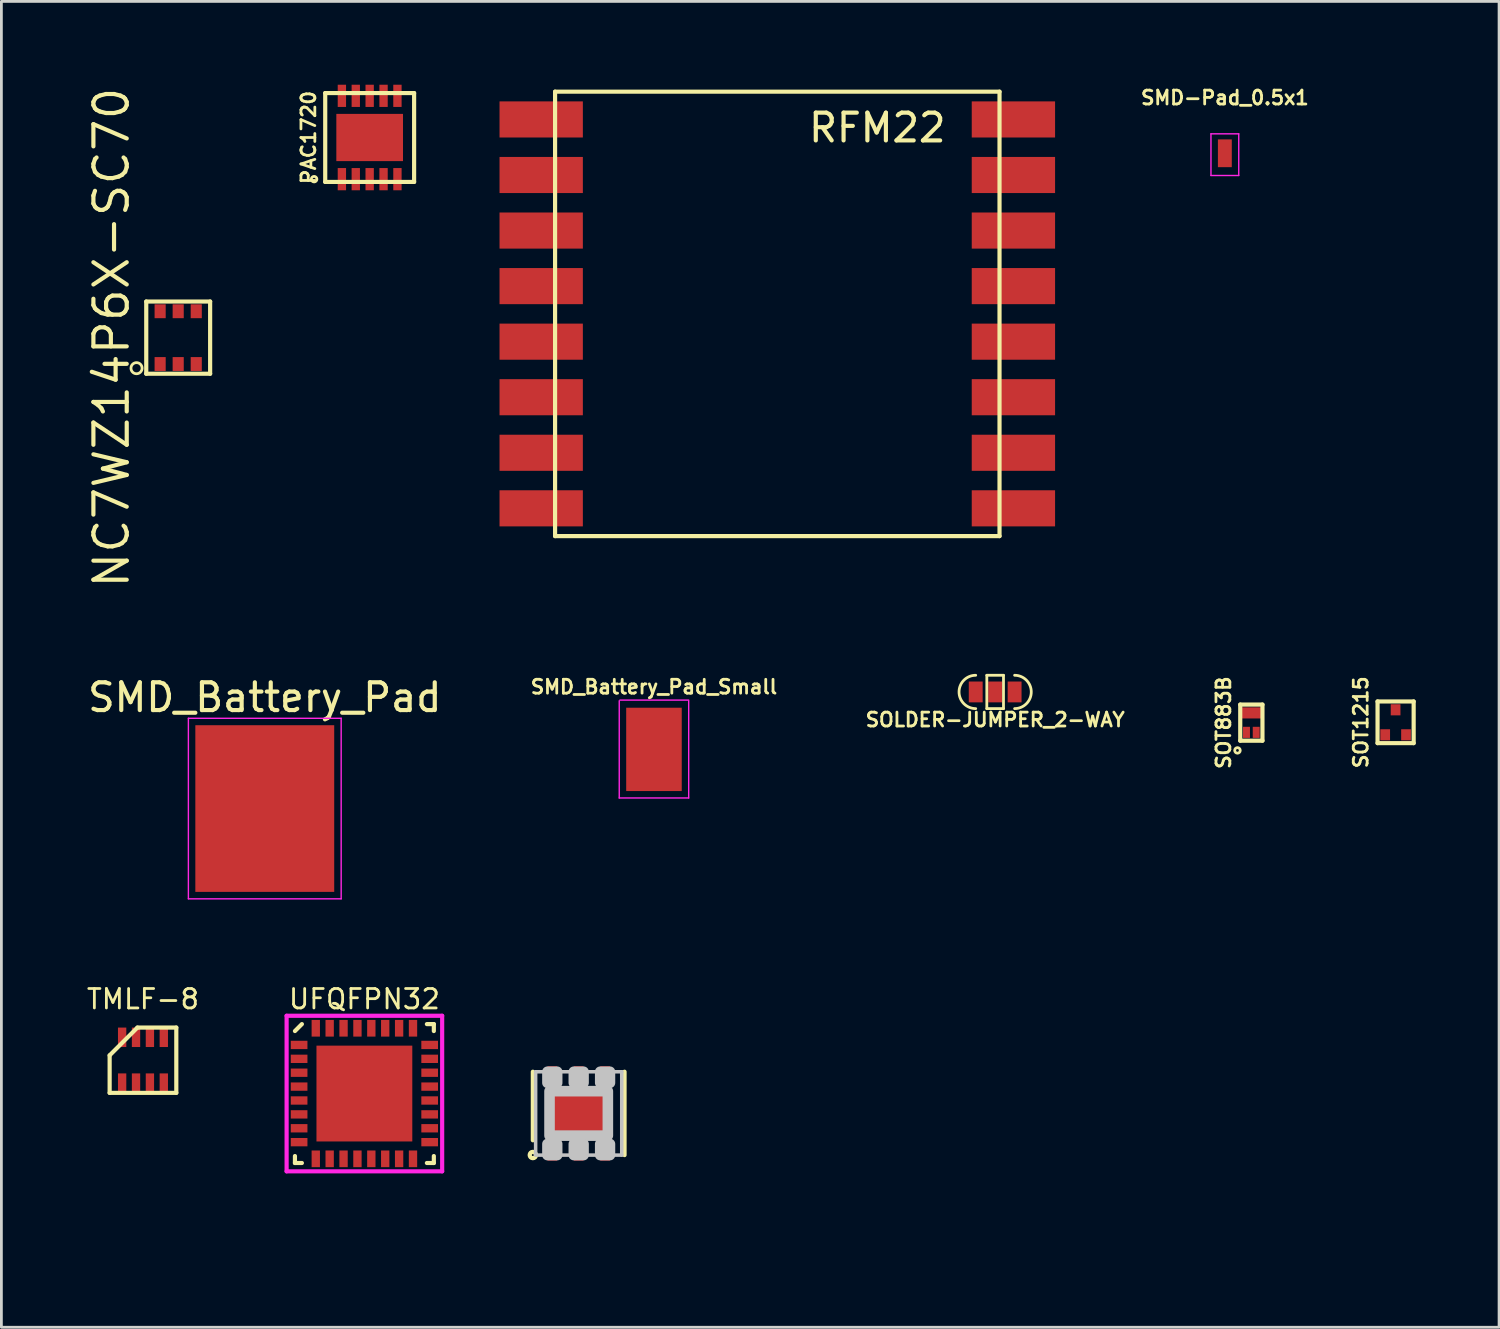
<source format=kicad_pcb>
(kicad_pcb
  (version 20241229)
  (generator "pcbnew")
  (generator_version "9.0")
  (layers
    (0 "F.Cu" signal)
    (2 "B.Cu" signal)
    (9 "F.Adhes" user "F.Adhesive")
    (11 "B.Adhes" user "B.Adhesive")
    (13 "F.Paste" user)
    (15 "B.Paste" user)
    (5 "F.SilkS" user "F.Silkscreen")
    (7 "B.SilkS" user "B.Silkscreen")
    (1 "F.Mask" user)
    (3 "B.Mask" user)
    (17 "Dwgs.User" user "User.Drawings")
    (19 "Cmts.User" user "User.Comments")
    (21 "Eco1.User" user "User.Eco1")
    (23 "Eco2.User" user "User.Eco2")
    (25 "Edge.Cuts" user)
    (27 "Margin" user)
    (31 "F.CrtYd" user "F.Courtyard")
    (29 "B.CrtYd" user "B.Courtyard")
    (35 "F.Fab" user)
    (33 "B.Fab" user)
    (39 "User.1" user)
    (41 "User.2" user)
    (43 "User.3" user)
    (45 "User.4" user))
  (footprint "SOT883B"
    (layer "F.Cu")
    (at 41.999 22.965)
    (property "Reference" "SOT883B" (at -1 0 90) (layer "F.SilkS") (effects (font (size 0.5 0.5) (thickness 0.1))))
    (attr through_hole)
    (fp_line (start -0.4 0.65) (end -0.4 -0.65) (stroke (width 0.15) (type solid)) (layer "F.SilkS"))
    (fp_line (start -0.4 0.65) (end 0.4 0.65) (stroke (width 0.15) (type solid)) (layer "F.SilkS"))
    (fp_line (start 0.4 -0.65) (end -0.4 -0.65) (stroke (width 0.15) (type solid)) (layer "F.SilkS"))
    (fp_line (start 0.4 0.65) (end 0.4 -0.65) (stroke (width 0.15) (type solid)) (layer "F.SilkS"))
    (fp_circle (center -0.5 1) (end -0.4 1) (stroke (width 0.1) (type solid)) (fill no) (layer "F.SilkS"))
    (pad "1" smd rect (at -0.175 0.35) (size 0.25 0.4) (layers "F.Cu" "F.Mask" "F.Paste"))
    (pad "2" smd rect (at 0.175 0.35) (size 0.25 0.4) (layers "F.Cu" "F.Mask" "F.Paste"))
    (pad "3" smd rect (at 0 -0.35) (size 0.7 0.4) (layers "F.Cu" "F.Mask" "F.Paste")))
  (footprint "NC7WZ14P6X-SC70"
    (layer "F.Cu")
    (at 3.365 9.105)
    (property "Reference" "NC7WZ14P6X-SC70" (at -2.4 0 90) (layer "F.SilkS") (effects (font (size 1.2 1.2) (thickness 0.15))))
    (attr through_hole)
    (fp_line (start -1.15 -1.3) (end -1.15 1.3) (stroke (width 0.15) (type solid)) (layer "F.SilkS"))
    (fp_line (start -1.15 1.3) (end 1.15 1.3) (stroke (width 0.15) (type solid)) (layer "F.SilkS"))
    (fp_line (start 1.15 -1.3) (end -1.15 -1.3) (stroke (width 0.15) (type solid)) (layer "F.SilkS"))
    (fp_line (start 1.15 1.3) (end 1.15 -1.3) (stroke (width 0.15) (type solid)) (layer "F.SilkS"))
    (fp_circle (center -1.5 1.1) (end -1.3 1.1) (stroke (width 0.1) (type solid)) (fill no) (layer "F.SilkS"))
    (pad "1" smd rect (at -0.65 0.95) (size 0.4 0.5) (layers "F.Cu" "F.Mask" "F.Paste"))
    (pad "2" smd rect (at 0 0.95) (size 0.4 0.5) (layers "F.Cu" "F.Mask" "F.Paste"))
    (pad "3" smd rect (at 0.65 0.95) (size 0.4 0.5) (layers "F.Cu" "F.Mask" "F.Paste"))
    (pad "4" smd rect (at 0.65 -0.95) (size 0.4 0.5) (layers "F.Cu" "F.Mask" "F.Paste"))
    (pad "5" smd rect (at 0 -0.95) (size 0.4 0.5) (layers "F.Cu" "F.Mask" "F.Paste"))
    (pad "6" smd rect (at -0.65 -0.95) (size 0.4 0.5) (layers "F.Cu" "F.Mask" "F.Paste")))
  (footprint "WSON-6-PAD"
    (layer "F.Cu")
    (at 17.783 37.033)
    (property "Reference" "WSON-6-PAD" (at 2.5 0 90) (layer "Eco2.User") (effects (font (size 1 0.9) (thickness 0.05))))
    (attr smd)
    (fp_line (start -1.65 -1.5) (end -1.65 0.967) (stroke (width 0.152) (type solid)) (layer "F.SilkS"))
    (fp_line (start 1.65 -1.5) (end 1.65 1.5) (stroke (width 0.152) (type solid)) (layer "F.SilkS"))
    (fp_circle (center -1.651 1.499) (end -1.615 1.499) (stroke (width 0.127) (type solid)) (fill no) (layer "F.SilkS"))
    (fp_circle (center -1.65 1.498) (end -1.523 1.498) (stroke (width 0.127) (type solid)) (fill no) (layer "F.SilkS"))
    (fp_poly (pts (xy -0.95 -0.7) (xy 0.95 -0.7) (xy 0.95 0.7) (xy -0.95 0.7)) (stroke (width 0.381) (type solid)) (fill yes) (layer "F.Paste"))
    (fp_line (start -1.55 -1.5) (end 1.55 -1.5) (stroke (width 0.127) (type solid)) (layer "Dwgs.User"))
    (fp_line (start -1.55 1.5) (end -1.55 -1.5) (stroke (width 0.127) (type solid)) (layer "Dwgs.User"))
    (fp_line (start 1.55 -1.5) (end 1.55 1.5) (stroke (width 0.127) (type solid)) (layer "Dwgs.User"))
    (fp_line (start 1.55 1.5) (end -1.55 1.5) (stroke (width 0.127) (type solid)) (layer "Dwgs.User"))
    (fp_poly (pts (xy -1.125 -1.5) (xy -0.775 -1.5) (xy -0.775 -1.1) (xy -1.125 -1.1)) (stroke (width 0.381) (type solid)) (fill no) (layer "Dwgs.User"))
    (fp_poly (pts (xy -1.125 1.1) (xy -0.775 1.1) (xy -0.775 1.5) (xy -1.125 1.5)) (stroke (width 0.381) (type solid)) (fill no) (layer "Dwgs.User"))
    (fp_poly (pts (xy -1.05 -0.8) (xy 1.05 -0.8) (xy 1.05 0.8) (xy -1.05 0.8)) (stroke (width 0.381) (type solid)) (fill no) (layer "Dwgs.User"))
    (fp_poly (pts (xy -0.175 -1.5) (xy 0.175 -1.5) (xy 0.175 -1.1) (xy -0.175 -1.1)) (stroke (width 0.381) (type solid)) (fill no) (layer "Dwgs.User"))
    (fp_poly (pts (xy -0.175 1.1) (xy 0.175 1.1) (xy 0.175 1.5) (xy -0.175 1.5)) (stroke (width 0.381) (type solid)) (fill no) (layer "Dwgs.User"))
    (fp_poly (pts (xy 0.775 -1.5) (xy 1.125 -1.5) (xy 1.125 -1.1) (xy 0.775 -1.1)) (stroke (width 0.381) (type solid)) (fill no) (layer "Dwgs.User"))
    (fp_poly (pts (xy 0.775 1.1) (xy 1.125 1.1) (xy 1.125 1.5) (xy 0.775 1.5)) (stroke (width 0.381) (type solid)) (fill no) (layer "Dwgs.User"))
    (pad "1" smd rect (at -0.95 1.4) (size 0.35 0.6) (layers "F.Cu" "F.Mask" "F.Paste"))
    (pad "2" smd rect (at 0 1.4) (size 0.35 0.6) (layers "F.Cu" "F.Mask" "F.Paste"))
    (pad "3" smd rect (at 0.95 1.4) (size 0.35 0.6) (layers "F.Cu" "F.Mask" "F.Paste"))
    (pad "4" smd rect (at 0.95 -1.4) (size 0.35 0.6) (layers "F.Cu" "F.Mask" "F.Paste"))
    (pad "5" smd rect (at 0 -1.4) (size 0.35 0.6) (layers "F.Cu" "F.Mask" "F.Paste"))
    (pad "6" smd rect (at -0.95 -1.4) (size 0.35 0.6) (layers "F.Cu" "F.Mask" "F.Paste"))
    (pad "PAD" smd rect (at 0 0) (size 2.1 1.6) (layers "F.Cu" "F.Mask" "F.Paste")))
  (footprint "UFQFPN32"
    (layer "F.Cu")
    (at 10.068 36.318)
    (property "Reference" "UFQFPN32" (at 0 -3.4 0) (layer "F.SilkS") (effects (font (size 0.7 0.7) (thickness 0.1))))
    (attr through_hole)
    (fp_line (start -2.5 -2.25) (end -2.25 -2.5) (stroke (width 0.15) (type solid)) (layer "F.SilkS"))
    (fp_line (start -2.5 2.5) (end -2.5 2.25) (stroke (width 0.15) (type solid)) (layer "F.SilkS"))
    (fp_line (start -2.25 2.5) (end -2.5 2.5) (stroke (width 0.15) (type solid)) (layer "F.SilkS"))
    (fp_line (start 2.25 -2.5) (end 2.5 -2.5) (stroke (width 0.15) (type solid)) (layer "F.SilkS"))
    (fp_line (start 2.25 2.5) (end 2.5 2.5) (stroke (width 0.15) (type solid)) (layer "F.SilkS"))
    (fp_line (start 2.5 -2.5) (end 2.5 -2.25) (stroke (width 0.15) (type solid)) (layer "F.SilkS"))
    (fp_line (start 2.5 2.5) (end 2.5 2.25) (stroke (width 0.15) (type solid)) (layer "F.SilkS"))
    (fp_line (start -2.8 -2.8) (end 2.8 -2.8) (stroke (width 0.15) (type solid)) (layer "F.CrtYd"))
    (fp_line (start -2.8 2.8) (end -2.8 -2.8) (stroke (width 0.15) (type solid)) (layer "F.CrtYd"))
    (fp_line (start 2.8 -2.8) (end 2.8 2.8) (stroke (width 0.15) (type solid)) (layer "F.CrtYd"))
    (fp_line (start 2.8 2.8) (end -2.8 2.8) (stroke (width 0.15) (type solid)) (layer "F.CrtYd"))
    (pad "1" smd rect (at -2.35 -1.75 90) (size 0.3 0.6) (layers "F.Cu" "F.Mask" "F.Paste"))
    (pad "2" smd rect (at -2.35 -1.25 90) (size 0.3 0.6) (layers "F.Cu" "F.Mask" "F.Paste"))
    (pad "3" smd rect (at -2.35 -0.75 90) (size 0.3 0.6) (layers "F.Cu" "F.Mask" "F.Paste"))
    (pad "4" smd rect (at -2.35 -0.25 90) (size 0.3 0.6) (layers "F.Cu" "F.Mask" "F.Paste"))
    (pad "5" smd rect (at -2.35 0.25 90) (size 0.3 0.6) (layers "F.Cu" "F.Mask" "F.Paste"))
    (pad "6" smd rect (at -2.35 0.75 90) (size 0.3 0.6) (layers "F.Cu" "F.Mask" "F.Paste"))
    (pad "7" smd rect (at -2.35 1.25 90) (size 0.3 0.6) (layers "F.Cu" "F.Mask" "F.Paste"))
    (pad "8" smd rect (at -2.35 1.75 90) (size 0.3 0.6) (layers "F.Cu" "F.Mask" "F.Paste"))
    (pad "9" smd rect (at -1.75 2.35) (size 0.3 0.6) (layers "F.Cu" "F.Mask" "F.Paste"))
    (pad "10" smd rect (at -1.25 2.35) (size 0.3 0.6) (layers "F.Cu" "F.Mask" "F.Paste"))
    (pad "11" smd rect (at -0.75 2.35) (size 0.3 0.6) (layers "F.Cu" "F.Mask" "F.Paste"))
    (pad "12" smd rect (at -0.25 2.35) (size 0.3 0.6) (layers "F.Cu" "F.Mask" "F.Paste"))
    (pad "13" smd rect (at 0.25 2.35) (size 0.3 0.6) (layers "F.Cu" "F.Mask" "F.Paste"))
    (pad "14" smd rect (at 0.75 2.35) (size 0.3 0.6) (layers "F.Cu" "F.Mask" "F.Paste"))
    (pad "15" smd rect (at 1.25 2.35) (size 0.3 0.6) (layers "F.Cu" "F.Mask" "F.Paste"))
    (pad "16" smd rect (at 1.75 2.35) (size 0.3 0.6) (layers "F.Cu" "F.Mask" "F.Paste"))
    (pad "17" smd rect (at 2.35 1.75 90) (size 0.3 0.6) (layers "F.Cu" "F.Mask" "F.Paste"))
    (pad "18" smd rect (at 2.35 1.25 90) (size 0.3 0.6) (layers "F.Cu" "F.Mask" "F.Paste"))
    (pad "19" smd rect (at 2.35 0.75 90) (size 0.3 0.6) (layers "F.Cu" "F.Mask" "F.Paste"))
    (pad "20" smd rect (at 2.35 0.25 90) (size 0.3 0.6) (layers "F.Cu" "F.Mask" "F.Paste"))
    (pad "21" smd rect (at 2.35 -0.25 90) (size 0.3 0.6) (layers "F.Cu" "F.Mask" "F.Paste"))
    (pad "22" smd rect (at 2.35 -0.75 90) (size 0.3 0.6) (layers "F.Cu" "F.Mask" "F.Paste"))
    (pad "23" smd rect (at 2.35 -1.25 90) (size 0.3 0.6) (layers "F.Cu" "F.Mask" "F.Paste"))
    (pad "24" smd rect (at 2.35 -1.75 90) (size 0.3 0.6) (layers "F.Cu" "F.Mask" "F.Paste"))
    (pad "25" smd rect (at 1.75 -2.35) (size 0.3 0.6) (layers "F.Cu" "F.Mask" "F.Paste"))
    (pad "26" smd rect (at 1.25 -2.35) (size 0.3 0.6) (layers "F.Cu" "F.Mask" "F.Paste"))
    (pad "27" smd rect (at 0.75 -2.35) (size 0.3 0.6) (layers "F.Cu" "F.Mask" "F.Paste"))
    (pad "28" smd rect (at 0.25 -2.35) (size 0.3 0.6) (layers "F.Cu" "F.Mask" "F.Paste"))
    (pad "29" smd rect (at -0.25 -2.35) (size 0.3 0.6) (layers "F.Cu" "F.Mask" "F.Paste"))
    (pad "30" smd rect (at -0.75 -2.35) (size 0.3 0.6) (layers "F.Cu" "F.Mask" "F.Paste"))
    (pad "31" smd rect (at -1.25 -2.35) (size 0.3 0.6) (layers "F.Cu" "F.Mask" "F.Paste"))
    (pad "32" smd rect (at -1.75 -2.35) (size 0.3 0.6) (layers "F.Cu" "F.Mask" "F.Paste"))
    (pad "33" smd rect (at 0 0) (size 3.45 3.45) (layers "F.Cu" "F.Mask" "F.Paste")))
  (footprint "RFM22"
    (layer "F.Cu")
    (at 16.933 0.25)
    (property "Reference" "RFM22" (at 11.6 1.3 0) (layer "F.SilkS") (effects (font (size 1 1) (thickness 0.15))))
    (attr through_hole)
    (fp_line (start 0 0) (end 0 16) (stroke (width 0.15) (type solid)) (layer "F.SilkS"))
    (fp_line (start 0 16) (end 16 16) (stroke (width 0.15) (type solid)) (layer "F.SilkS"))
    (fp_line (start 16 0) (end 0 0) (stroke (width 0.15) (type solid)) (layer "F.SilkS"))
    (fp_line (start 16 16) (end 16 0) (stroke (width 0.15) (type solid)) (layer "F.SilkS"))
    (pad "1" smd rect (at -0.5 1) (size 3 1.3) (layers "F.Cu" "F.Mask" "F.Paste"))
    (pad "2" smd rect (at -0.5 3) (size 3 1.3) (layers "F.Cu" "F.Mask" "F.Paste"))
    (pad "3" smd rect (at -0.5 5) (size 3 1.3) (layers "F.Cu" "F.Mask" "F.Paste"))
    (pad "4" smd rect (at -0.5 7) (size 3 1.3) (layers "F.Cu" "F.Mask" "F.Paste"))
    (pad "5" smd rect (at -0.5 9) (size 3 1.3) (layers "F.Cu" "F.Mask" "F.Paste"))
    (pad "6" smd rect (at -0.5 11) (size 3 1.3) (layers "F.Cu" "F.Mask" "F.Paste"))
    (pad "7" smd rect (at -0.5 13) (size 3 1.3) (layers "F.Cu" "F.Mask" "F.Paste"))
    (pad "8" smd rect (at -0.5 15) (size 3 1.3) (layers "F.Cu" "F.Mask" "F.Paste"))
    (pad "9" smd rect (at 16.5 1) (size 3 1.3) (layers "F.Cu" "F.Mask" "F.Paste"))
    (pad "10" smd rect (at 16.5 3) (size 3 1.3) (layers "F.Cu" "F.Mask" "F.Paste"))
    (pad "11" smd rect (at 16.5 5) (size 3 1.3) (layers "F.Cu" "F.Mask" "F.Paste"))
    (pad "12" smd rect (at 16.5 7) (size 3 1.3) (layers "F.Cu" "F.Mask" "F.Paste"))
    (pad "13" smd rect (at 16.5 9) (size 3 1.3) (layers "F.Cu" "F.Mask" "F.Paste"))
    (pad "14" smd rect (at 16.5 11) (size 3 1.3) (layers "F.Cu" "F.Mask" "F.Paste"))
    (pad "15" smd rect (at 16.5 13) (size 3 1.3) (layers "F.Cu" "F.Mask" "F.Paste"))
    (pad "16" smd rect (at 16.5 15) (size 3 1.3) (layers "F.Cu" "F.Mask" "F.Paste")))
  (footprint "PAC1720"
    (layer "F.Cu")
    (at 10.258 1.9)
    (property "Reference" "PAC1720" (at -2.2 0 90) (layer "F.SilkS") (effects (font (size 0.5 0.5) (thickness 0.1))))
    (attr through_hole)
    (fp_line (start -1.6 -1.6) (end -1.6 1.6) (stroke (width 0.15) (type solid)) (layer "F.SilkS"))
    (fp_line (start -1.6 1.6) (end 1.6 1.6) (stroke (width 0.15) (type solid)) (layer "F.SilkS"))
    (fp_line (start 1.6 -1.6) (end -1.6 -1.6) (stroke (width 0.15) (type solid)) (layer "F.SilkS"))
    (fp_line (start 1.6 1.6) (end 1.6 -1.6) (stroke (width 0.15) (type solid)) (layer "F.SilkS"))
    (fp_circle (center -2 1.5) (end -2.1 1.5) (stroke (width 0.1) (type solid)) (fill no) (layer "F.SilkS"))
    (pad "1" smd rect (at -1 1.5) (size 0.3 0.8) (layers "F.Cu" "F.Mask" "F.Paste"))
    (pad "2" smd rect (at -0.5 1.5) (size 0.3 0.8) (layers "F.Cu" "F.Mask" "F.Paste"))
    (pad "3" smd rect (at 0 1.5) (size 0.3 0.8) (layers "F.Cu" "F.Mask" "F.Paste"))
    (pad "4" smd rect (at 0.5 1.5) (size 0.3 0.8) (layers "F.Cu" "F.Mask" "F.Paste"))
    (pad "5" smd rect (at 1 1.5) (size 0.3 0.8) (layers "F.Cu" "F.Mask" "F.Paste"))
    (pad "6" smd rect (at 1 -1.5) (size 0.3 0.8) (layers "F.Cu" "F.Mask" "F.Paste"))
    (pad "7" smd rect (at 0.5 -1.5) (size 0.3 0.8) (layers "F.Cu" "F.Mask" "F.Paste"))
    (pad "8" smd rect (at 0 -1.5) (size 0.3 0.8) (layers "F.Cu" "F.Mask" "F.Paste"))
    (pad "9" smd rect (at -0.5 -1.5) (size 0.3 0.8) (layers "F.Cu" "F.Mask" "F.Paste"))
    (pad "10" smd rect (at -1 -1.5) (size 0.3 0.8) (layers "F.Cu" "F.Mask" "F.Paste"))
    (pad "11" smd rect (at 0 0) (size 2.4 1.7) (layers "F.Cu" "F.Mask" "F.Paste")))
  (footprint "TMLF-8"
    (layer "F.Cu")
    (at 2.097 35.118)
    (property "Reference" "TMLF-8" (at 0 -2.2 0) (layer "F.SilkS") (effects (font (size 0.7 0.7) (thickness 0.1))))
    (attr through_hole)
    (fp_line (start -1.2 -0.175) (end -1.2 1.175) (stroke (width 0.15) (type solid)) (layer "F.SilkS"))
    (fp_line (start -1.2 1.175) (end 1.2 1.175) (stroke (width 0.15) (type solid)) (layer "F.SilkS"))
    (fp_line (start -0.2 -1.175) (end -1.2 -0.175) (stroke (width 0.15) (type solid)) (layer "F.SilkS"))
    (fp_line (start 1.2 -1.175) (end -0.2 -1.175) (stroke (width 0.15) (type solid)) (layer "F.SilkS"))
    (fp_line (start 1.2 1.175) (end 1.2 -1.175) (stroke (width 0.15) (type solid)) (layer "F.SilkS"))
    (pad "1" smd rect (at -0.75 0.825) (size 0.3 0.7) (layers "F.Cu" "F.Mask" "F.Paste"))
    (pad "2" smd rect (at -0.25 0.825) (size 0.3 0.7) (layers "F.Cu" "F.Mask" "F.Paste"))
    (pad "3" smd rect (at 0.25 0.825) (size 0.3 0.7) (layers "F.Cu" "F.Mask" "F.Paste"))
    (pad "4" smd rect (at 0.75 0.825) (size 0.3 0.7) (layers "F.Cu" "F.Mask" "F.Paste"))
    (pad "5" smd rect (at 0.75 -0.825) (size 0.3 0.7) (layers "F.Cu" "F.Mask" "F.Paste"))
    (pad "6" smd rect (at 0.25 -0.825) (size 0.3 0.7) (layers "F.Cu" "F.Mask" "F.Paste"))
    (pad "7" smd rect (at -0.25 -0.825) (size 0.3 0.7) (layers "F.Cu" "F.Mask" "F.Paste"))
    (pad "8" smd rect (at -0.75 -0.825) (size 0.3 0.7) (layers "F.Cu" "F.Mask" "F.Paste")))
  (footprint "SMD_Battery_Pad"
    (layer "F.Cu")
    (at 6.482 26.058)
    (property "Reference" "SMD_Battery_Pad" (at 0 -4 0) (layer "F.SilkS") (effects (font (size 1 1) (thickness 0.15))))
    (attr exclude_from_pos_files exclude_from_bom)
    (fp_line (start -2.75 -3.25) (end 2.75 -3.25) (stroke (width 0.05) (type solid)) (layer "F.CrtYd"))
    (fp_line (start -2.75 3.25) (end -2.75 -3.25) (stroke (width 0.05) (type solid)) (layer "F.CrtYd"))
    (fp_line (start 2.75 -3.25) (end 2.75 3.25) (stroke (width 0.05) (type solid)) (layer "F.CrtYd"))
    (fp_line (start 2.75 3.25) (end -2.75 3.25) (stroke (width 0.05) (type solid)) (layer "F.CrtYd"))
    (pad "1" smd rect (at 0 0) (size 5 6) (layers "F.Cu" "F.Mask")))
  (footprint "SOLDER-JUMPER_2-WAY"
    (layer "F.Cu")
    (at 32.776 21.86)
    (property "Reference" "SOLDER-JUMPER_2-WAY" (at 0 1 0) (layer "F.SilkS") (effects (font (size 0.5 0.5) (thickness 0.1))))
    (attr through_hole)
    (fp_line (start -0.3 -0.6) (end -0.3 0.6) (stroke (width 0.1) (type solid)) (layer "F.SilkS"))
    (fp_line (start -0.3 0.6) (end 0.3 0.6) (stroke (width 0.1) (type solid)) (layer "F.SilkS"))
    (fp_line (start 0.3 -0.6) (end -0.3 -0.6) (stroke (width 0.1) (type solid)) (layer "F.SilkS"))
    (fp_line (start 0.3 0.6) (end 0.3 -0.6) (stroke (width 0.1) (type solid)) (layer "F.SilkS"))
    (fp_arc (start -0.7 0.6) (mid -1.3 0) (end -0.7 -0.6) (stroke (width 0.1) (type solid)) (layer "F.SilkS"))
    (fp_arc (start 0.7 -0.6) (mid 1.3 0) (end 0.7 0.6) (stroke (width 0.1) (type solid)) (layer "F.SilkS"))
    (pad "1" smd rect (at -0.7 0) (size 0.5 0.75) (layers "F.Cu" "F.Mask" "F.Paste"))
    (pad "2" smd rect (at 0 0) (size 0.5 0.75) (layers "F.Cu" "F.Mask" "F.Paste"))
    (pad "3" smd rect (at 0.7 0) (size 0.5 0.75) (layers "F.Cu" "F.Mask" "F.Paste")))
  (footprint "SOT1215"
    (layer "F.Cu")
    (at 47.192 22.953)
    (property "Reference" "SOT1215" (at -1.25 0 90) (layer "F.SilkS") (effects (font (size 0.5 0.5) (thickness 0.1))))
    (attr through_hole)
    (fp_line (start -0.65 -0.75) (end -0.65 0.75) (stroke (width 0.15) (type solid)) (layer "F.SilkS"))
    (fp_line (start -0.65 0.75) (end 0.65 0.75) (stroke (width 0.15) (type solid)) (layer "F.SilkS"))
    (fp_line (start 0.65 -0.75) (end -0.65 -0.75) (stroke (width 0.15) (type solid)) (layer "F.SilkS"))
    (fp_line (start 0.65 0.75) (end 0.65 -0.75) (stroke (width 0.15) (type solid)) (layer "F.SilkS"))
    (pad "1" smd rect (at -0.375 0.45) (size 0.35 0.4) (layers "F.Cu" "F.Mask" "F.Paste"))
    (pad "2" smd rect (at 0.375 0.45) (size 0.35 0.4) (layers "F.Cu" "F.Mask" "F.Paste"))
    (pad "3" smd rect (at 0 -0.45) (size 0.35 0.4) (layers "F.Cu" "F.Mask" "F.Paste")))
  (footprint "SMD-Pad_0.5x1"
    (layer "F.Cu")
    (at 41.045 2.468)
    (property "Reference" "SMD-Pad_0.5x1" (at 0 -2 0) (layer "F.SilkS") (effects (font (size 0.5 0.5) (thickness 0.1))))
    (attr exclude_from_pos_files exclude_from_bom)
    (fp_line (start -0.5 -0.7) (end 0.5 -0.7) (stroke (width 0.05) (type solid)) (layer "F.CrtYd"))
    (fp_line (start -0.5 0.8) (end -0.5 -0.7) (stroke (width 0.05) (type solid)) (layer "F.CrtYd"))
    (fp_line (start 0.5 -0.7) (end 0.5 0.8) (stroke (width 0.05) (type solid)) (layer "F.CrtYd"))
    (fp_line (start 0.5 0.8) (end -0.5 0.8) (stroke (width 0.05) (type solid)) (layer "F.CrtYd"))
    (pad "1" smd rect (at 0 0) (size 0.5 1) (layers "F.Cu" "F.Mask")))
  (footprint "SMD_Battery_Pad_Small"
    (layer "F.Cu")
    (at 20.493 23.928)
    (property "Reference" "SMD_Battery_Pad_Small" (at 0 -2.25 0) (layer "F.SilkS") (effects (font (size 0.5 0.5) (thickness 0.1))))
    (attr exclude_from_pos_files exclude_from_bom)
    (fp_line (start -1.25 1.75) (end -1.25 -1.75) (stroke (width 0.05) (type solid)) (layer "F.CrtYd"))
    (fp_line (start -1.225 -1.775) (end 1.25 -1.775) (stroke (width 0.05) (type solid)) (layer "F.CrtYd"))
    (fp_line (start 1.25 -1.75) (end 1.25 1.75) (stroke (width 0.05) (type solid)) (layer "F.CrtYd"))
    (fp_line (start 1.25 1.75) (end -1.25 1.75) (stroke (width 0.05) (type solid)) (layer "F.CrtYd"))
    (pad "1" smd rect (at 0 0) (size 2 3) (layers "F.Cu" "F.Mask")))
  (gr_rect
    (start -3 -3)
    (end 50.917 44.732)
    (stroke (width 0.1) (type default))
    (fill no)
    (layer "Edge.Cuts")))
</source>
